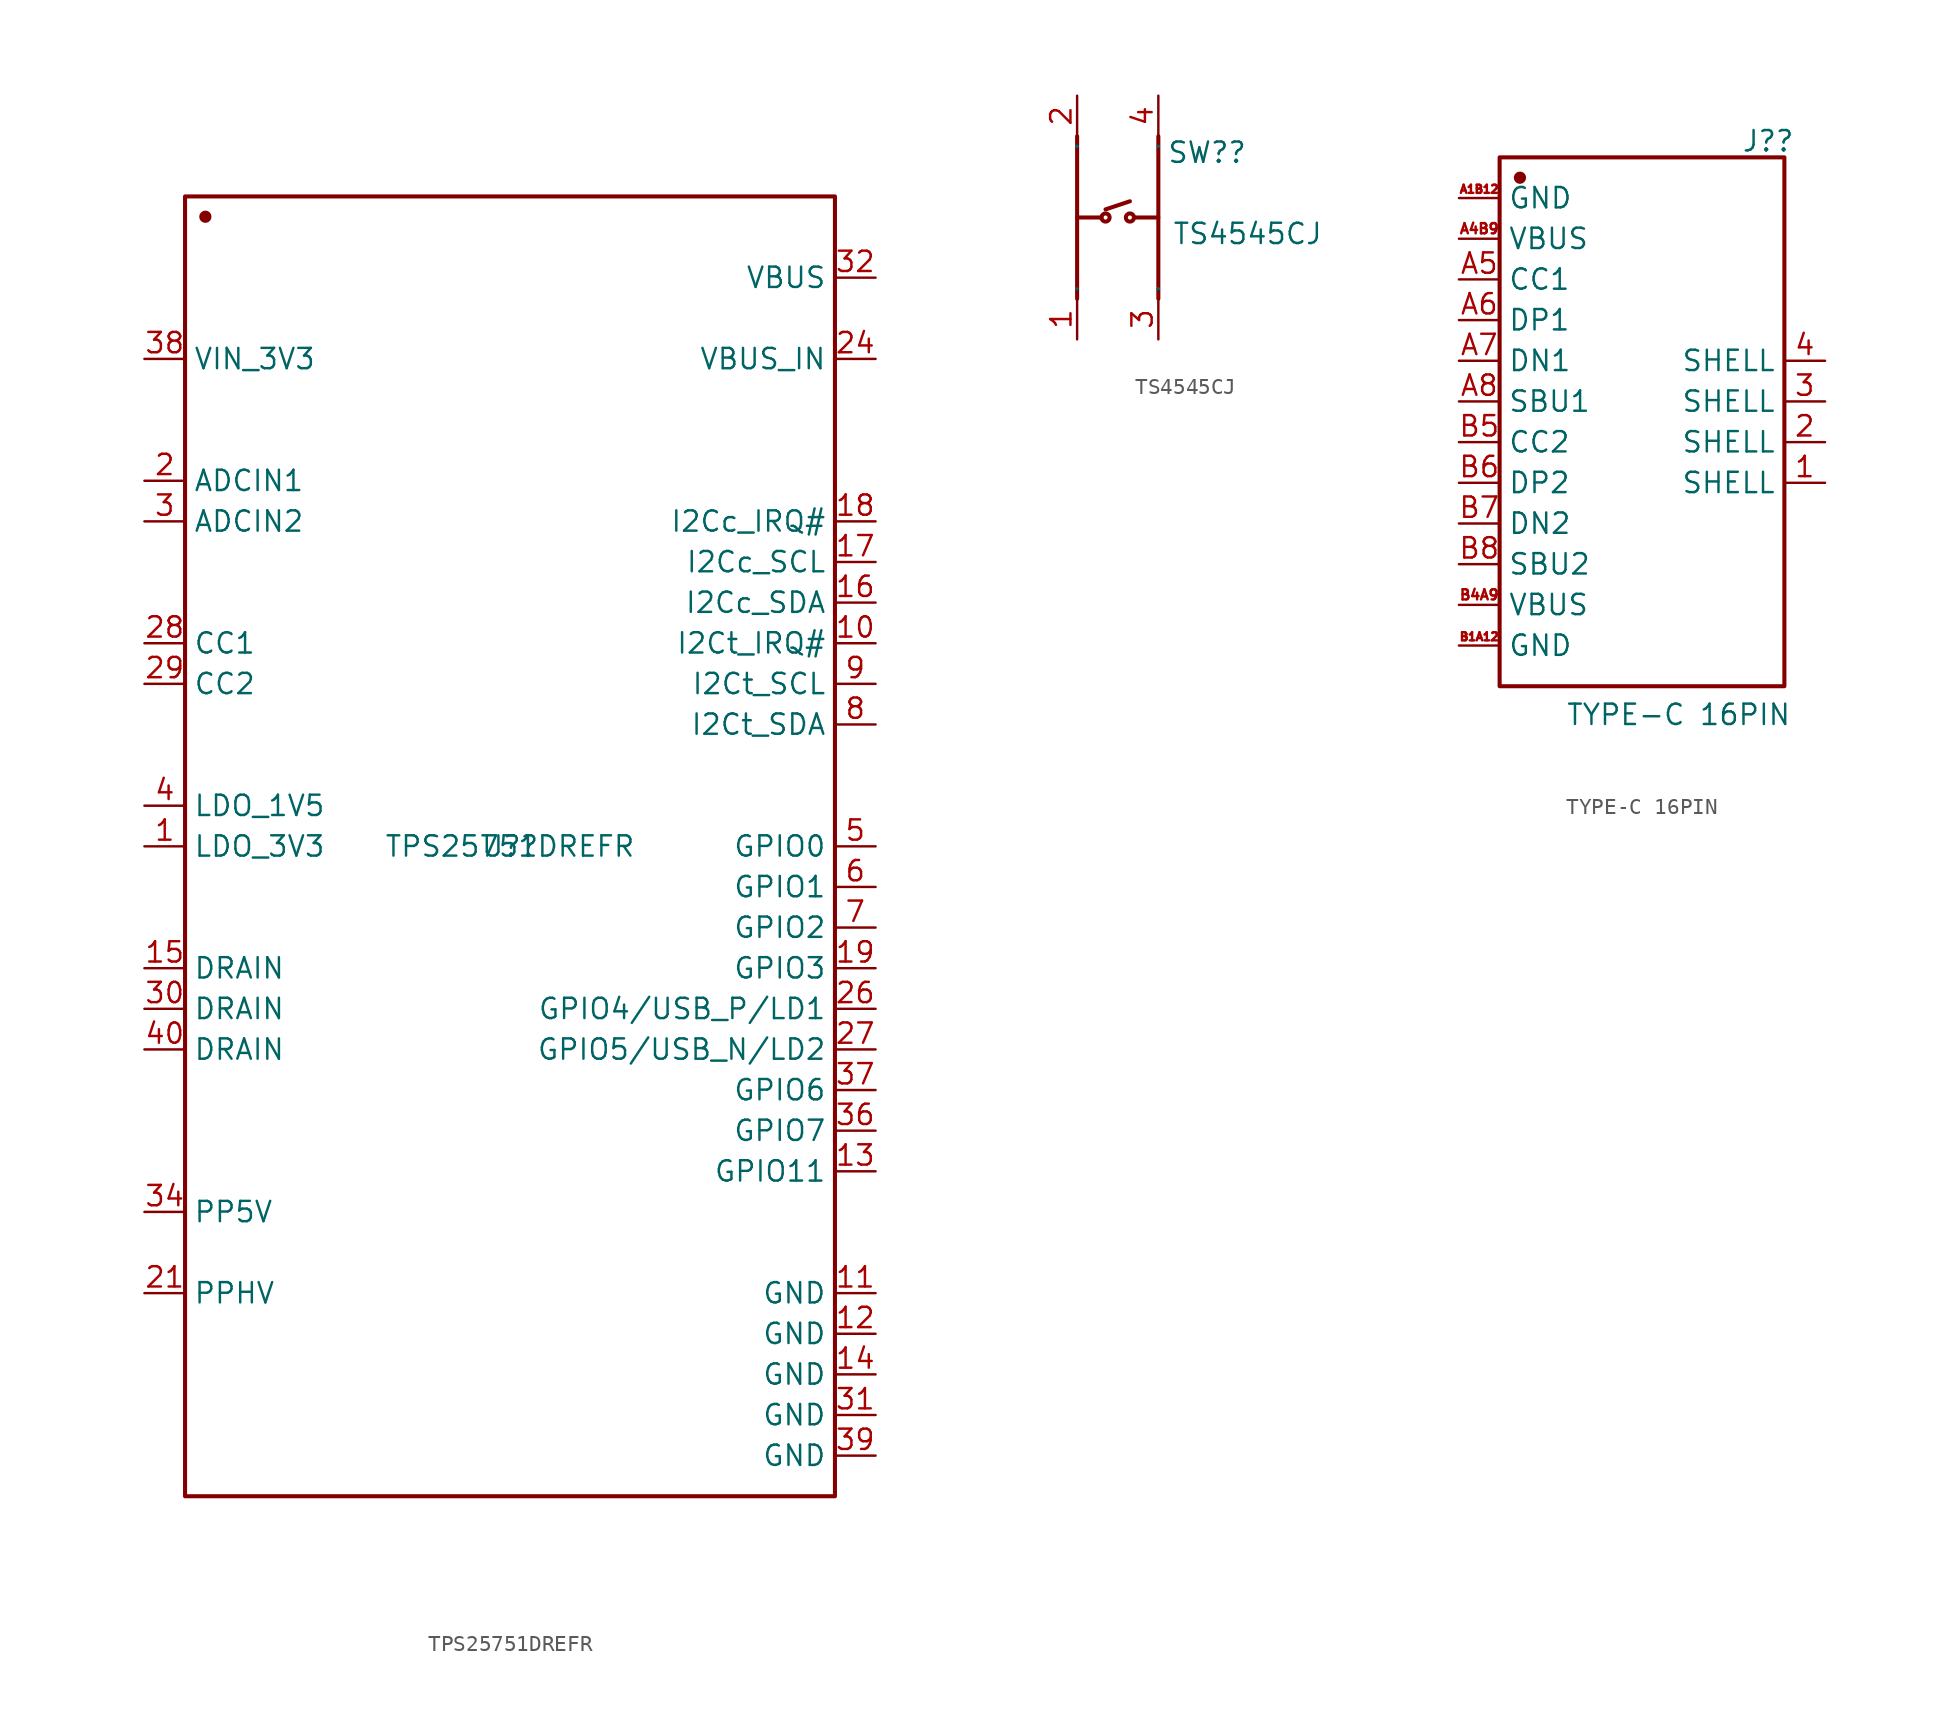
<source format=kicad_sym>
(kicad_symbol_lib
  (version 20231120)
  (generator "kicad_symbol_editor")
  (generator_version "8.0")
  (symbol "TPS25751DREFR"
    (property "Reference" "U?"
      (at 0 0 0)
      (effects (font (size 1.27 1.27))))
    (property "Value" "TPS25751DREFR"
      (at 0 0 0)
      (effects (font (size 1.27 1.27))))
    (symbol "TPS25751DREFR_0_0"
      (rectangle (start -20.32 40.64) (end 20.32 -40.64) (stroke (width 0.254) (type solid)) (fill (type none)))
      (circle (center -19.05 39.37) (radius 0.254) (stroke (width 0.254) (type solid)) (fill (type outline)))
      (pin unspecified line (at -22.86 0 0) (length 2.54) (name "LDO_3V3" (effects (font (size 1.27 1.27)))) (number "1" (effects (font (size 1.27 1.27)))))
      (pin unspecified line (at 22.86 12.7 180) (length 2.54) (name "I2Ct_IRQ#" (effects (font (size 1.27 1.27)))) (number "10" (effects (font (size 1.27 1.27)))))
      (pin unspecified line (at 22.86 -27.94 180) (length 2.54) (name "GND" (effects (font (size 1.27 1.27)))) (number "11" (effects (font (size 1.27 1.27)))))
      (pin unspecified line (at 22.86 -30.48 180) (length 2.54) (name "GND" (effects (font (size 1.27 1.27)))) (number "12" (effects (font (size 1.27 1.27)))))
      (pin unspecified line (at 22.86 -20.32 180) (length 2.54) (name "GPIO11" (effects (font (size 1.27 1.27)))) (number "13" (effects (font (size 1.27 1.27)))))
      (pin unspecified line (at 22.86 -33.02 180) (length 2.54) (name "GND" (effects (font (size 1.27 1.27)))) (number "14" (effects (font (size 1.27 1.27)))))
      (pin unspecified line (at -22.86 -7.62 0) (length 2.54) (name "DRAIN" (effects (font (size 1.27 1.27)))) (number "15" (effects (font (size 1.27 1.27)))))
      (pin unspecified line (at 22.86 15.24 180) (length 2.54) (name "I2Cc_SDA" (effects (font (size 1.27 1.27)))) (number "16" (effects (font (size 1.27 1.27)))))
      (pin unspecified line (at 22.86 17.78 180) (length 2.54) (name "I2Cc_SCL" (effects (font (size 1.27 1.27)))) (number "17" (effects (font (size 1.27 1.27)))))
      (pin unspecified line (at 22.86 20.32 180) (length 2.54) (name "I2Cc_IRQ#" (effects (font (size 1.27 1.27)))) (number "18" (effects (font (size 1.27 1.27)))))
      (pin unspecified line (at 22.86 -7.62 180) (length 2.54) (name "GPIO3" (effects (font (size 1.27 1.27)))) (number "19" (effects (font (size 1.27 1.27)))))
      (pin unspecified line (at -22.86 22.86 0) (length 2.54) (name "ADCIN1" (effects (font (size 1.27 1.27)))) (number "2" (effects (font (size 1.27 1.27)))))
      (pin unspecified line (at -22.86 -27.94 0) (length 2.54) (name "PPHV" (effects (font (size 1.27 1.27)))) (number "21" (effects (font (size 1.27 1.27)))))
      (pin unspecified line (at 22.86 30.48 180) (length 2.54) (name "VBUS_IN" (effects (font (size 1.27 1.27)))) (number "24" (effects (font (size 1.27 1.27)))))
      (pin unspecified line (at 22.86 -10.16 180) (length 2.54) (name "GPIO4/USB_P/LD1" (effects (font (size 1.27 1.27)))) (number "26" (effects (font (size 1.27 1.27)))))
      (pin unspecified line (at 22.86 -12.7 180) (length 2.54) (name "GPIO5/USB_N/LD2" (effects (font (size 1.27 1.27)))) (number "27" (effects (font (size 1.27 1.27)))))
      (pin unspecified line (at -22.86 12.7 0) (length 2.54) (name "CC1" (effects (font (size 1.27 1.27)))) (number "28" (effects (font (size 1.27 1.27)))))
      (pin unspecified line (at -22.86 10.16 0) (length 2.54) (name "CC2" (effects (font (size 1.27 1.27)))) (number "29" (effects (font (size 1.27 1.27)))))
      (pin unspecified line (at -22.86 20.32 0) (length 2.54) (name "ADCIN2" (effects (font (size 1.27 1.27)))) (number "3" (effects (font (size 1.27 1.27)))))
      (pin unspecified line (at -22.86 -10.16 0) (length 2.54) (name "DRAIN" (effects (font (size 1.27 1.27)))) (number "30" (effects (font (size 1.27 1.27)))))
      (pin unspecified line (at 22.86 -35.56 180) (length 2.54) (name "GND" (effects (font (size 1.27 1.27)))) (number "31" (effects (font (size 1.27 1.27)))))
      (pin unspecified line (at 22.86 35.56 180) (length 2.54) (name "VBUS" (effects (font (size 1.27 1.27)))) (number "32" (effects (font (size 1.27 1.27)))))
      (pin unspecified line (at -22.86 -22.86 0) (length 2.54) (name "PP5V" (effects (font (size 1.27 1.27)))) (number "34" (effects (font (size 1.27 1.27)))))
      (pin unspecified line (at 22.86 -17.78 180) (length 2.54) (name "GPIO7" (effects (font (size 1.27 1.27)))) (number "36" (effects (font (size 1.27 1.27)))))
      (pin unspecified line (at 22.86 -15.24 180) (length 2.54) (name "GPIO6" (effects (font (size 1.27 1.27)))) (number "37" (effects (font (size 1.27 1.27)))))
      (pin unspecified line (at -22.86 30.48 0) (length 2.54) (name "VIN_3V3" (effects (font (size 1.27 1.27)))) (number "38" (effects (font (size 1.27 1.27)))))
      (pin unspecified line (at 22.86 -38.1 180) (length 2.54) (name "GND" (effects (font (size 1.27 1.27)))) (number "39" (effects (font (size 1.27 1.27)))))
      (pin unspecified line (at -22.86 2.54 0) (length 2.54) (name "LDO_1V5" (effects (font (size 1.27 1.27)))) (number "4" (effects (font (size 1.27 1.27)))))
      (pin unspecified line (at -22.86 -12.7 0) (length 2.54) (name "DRAIN" (effects (font (size 1.27 1.27)))) (number "40" (effects (font (size 1.27 1.27)))))
      (pin unspecified line (at 22.86 0 180) (length 2.54) (name "GPIO0" (effects (font (size 1.27 1.27)))) (number "5" (effects (font (size 1.27 1.27)))))
      (pin unspecified line (at 22.86 -2.54 180) (length 2.54) (name "GPIO1" (effects (font (size 1.27 1.27)))) (number "6" (effects (font (size 1.27 1.27)))))
      (pin unspecified line (at 22.86 -5.08 180) (length 2.54) (name "GPIO2" (effects (font (size 1.27 1.27)))) (number "7" (effects (font (size 1.27 1.27)))))
      (pin unspecified line (at 22.86 7.62 180) (length 2.54) (name "I2Ct_SDA" (effects (font (size 1.27 1.27)))) (number "8" (effects (font (size 1.27 1.27)))))
      (pin unspecified line (at 22.86 10.16 180) (length 2.54) (name "I2Ct_SCL" (effects (font (size 1.27 1.27)))) (number "9" (effects (font (size 1.27 1.27)))))))
  (symbol "TS4545CJ"
    (property "Reference" "SW?"
      (at 5.588 9.144 0)
      (effects (font (size 1.27 1.27))))
    (property "Value" "TS4545CJ"
      (at 8.128 4.064 0)
      (effects (font (size 1.27 1.27))))
    (symbol "TS4545CJ_0_0"
      (circle (center -0.762 5.08) (radius 0.254) (stroke (width 0.254) (type solid)) (fill (type none)))
      (polyline (pts (xy -2.54 0) (xy -2.54 10.16)) (stroke (width 0.254) (type solid)) (fill (type none)))
      (polyline (pts (xy -2.54 5.08) (xy -1.016 5.08)) (stroke (width 0.254) (type solid)) (fill (type none)))
      (polyline (pts (xy 0.762 6.096) (xy -0.762 5.588)) (stroke (width 0.254) (type solid)) (fill (type none)))
      (polyline (pts (xy 2.54 0) (xy 2.54 10.16)) (stroke (width 0.254) (type solid)) (fill (type none)))
      (polyline (pts (xy 2.54 5.08) (xy 1.016 5.08)) (stroke (width 0.254) (type solid)) (fill (type none)))
      (circle (center 0.762 5.08) (radius 0.254) (stroke (width 0.254) (type solid)) (fill (type none)))
      (pin unspecified line (at -2.54 -2.54 90) (length 2.54) (name "A" (effects (font (size 0.025 0.025)))) (number "1" (effects (font (size 1.27 1.27)))))
      (pin unspecified line (at -2.54 12.7 270) (length 2.54) (name "B" (effects (font (size 0.025 0.025)))) (number "2" (effects (font (size 1.27 1.27)))))
      (pin unspecified line (at 2.54 -2.54 90) (length 2.54) (name "C" (effects (font (size 0.025 0.025)))) (number "3" (effects (font (size 1.27 1.27)))))
      (pin unspecified line (at 2.54 12.7 270) (length 2.54) (name "D" (effects (font (size 0.025 0.025)))) (number "4" (effects (font (size 1.27 1.27)))))))
  (symbol "TYPE-C 16PIN"
    (property "Reference" "J?"
      (at 6.604 18.796 0)
      (effects (font (size 1.27 1.27))))
    (property "Value" "TYPE-C 16PIN"
      (at 1.016 -17.018 0)
      (effects (font (size 1.27 1.27))))
    (symbol "TYPE-C 16PIN_0_0"
      (rectangle (start -10.16 17.78) (end 7.62 -15.24) (stroke (width 0.254) (type solid)) (fill (type none)))
      (circle (center -8.89 16.51) (radius 0.254) (stroke (width 0.254) (type solid)) (fill (type outline)))
      (pin unspecified line (at 10.16 -2.54 180) (length 2.54) (name "SHELL" (effects (font (size 1.27 1.27)))) (number "1" (effects (font (size 1.27 1.27)))))
      (pin unspecified line (at 10.16 0 180) (length 2.54) (name "SHELL" (effects (font (size 1.27 1.27)))) (number "2" (effects (font (size 1.27 1.27)))))
      (pin unspecified line (at 10.16 2.54 180) (length 2.54) (name "SHELL" (effects (font (size 1.27 1.27)))) (number "3" (effects (font (size 1.27 1.27)))))
      (pin unspecified line (at 10.16 5.08 180) (length 2.54) (name "SHELL" (effects (font (size 1.27 1.27)))) (number "4" (effects (font (size 1.27 1.27)))))
      (pin unspecified line (at -12.7 15.24 0) (length 2.54) (name "GND" (effects (font (size 1.27 1.27)))) (number "A1B12" (effects (font (size 0.508 0.508)))))
      (pin unspecified line (at -12.7 12.7 0) (length 2.54) (name "VBUS" (effects (font (size 1.27 1.27)))) (number "A4B9" (effects (font (size 0.635 0.635)))))
      (pin unspecified line (at -12.7 10.16 0) (length 2.54) (name "CC1" (effects (font (size 1.27 1.27)))) (number "A5" (effects (font (size 1.27 1.27)))))
      (pin unspecified line (at -12.7 7.62 0) (length 2.54) (name "DP1" (effects (font (size 1.27 1.27)))) (number "A6" (effects (font (size 1.27 1.27)))))
      (pin unspecified line (at -12.7 5.08 0) (length 2.54) (name "DN1" (effects (font (size 1.27 1.27)))) (number "A7" (effects (font (size 1.27 1.27)))))
      (pin unspecified line (at -12.7 2.54 0) (length 2.54) (name "SBU1" (effects (font (size 1.27 1.27)))) (number "A8" (effects (font (size 1.27 1.27)))))
      (pin unspecified line (at -12.7 -12.7 0) (length 2.54) (name "GND" (effects (font (size 1.27 1.27)))) (number "B1A12" (effects (font (size 0.508 0.508)))))
      (pin unspecified line (at -12.7 -10.16 0) (length 2.54) (name "VBUS" (effects (font (size 1.27 1.27)))) (number "B4A9" (effects (font (size 0.635 0.635)))))
      (pin unspecified line (at -12.7 0 0) (length 2.54) (name "CC2" (effects (font (size 1.27 1.27)))) (number "B5" (effects (font (size 1.27 1.27)))))
      (pin unspecified line (at -12.7 -2.54 0) (length 2.54) (name "DP2" (effects (font (size 1.27 1.27)))) (number "B6" (effects (font (size 1.27 1.27)))))
      (pin unspecified line (at -12.7 -5.08 0) (length 2.54) (name "DN2" (effects (font (size 1.27 1.27)))) (number "B7" (effects (font (size 1.27 1.27)))))
      (pin unspecified line (at -12.7 -7.62 0) (length 2.54) (name "SBU2" (effects (font (size 1.27 1.27)))) (number "B8" (effects (font (size 1.27 1.27))))))))
</source>
